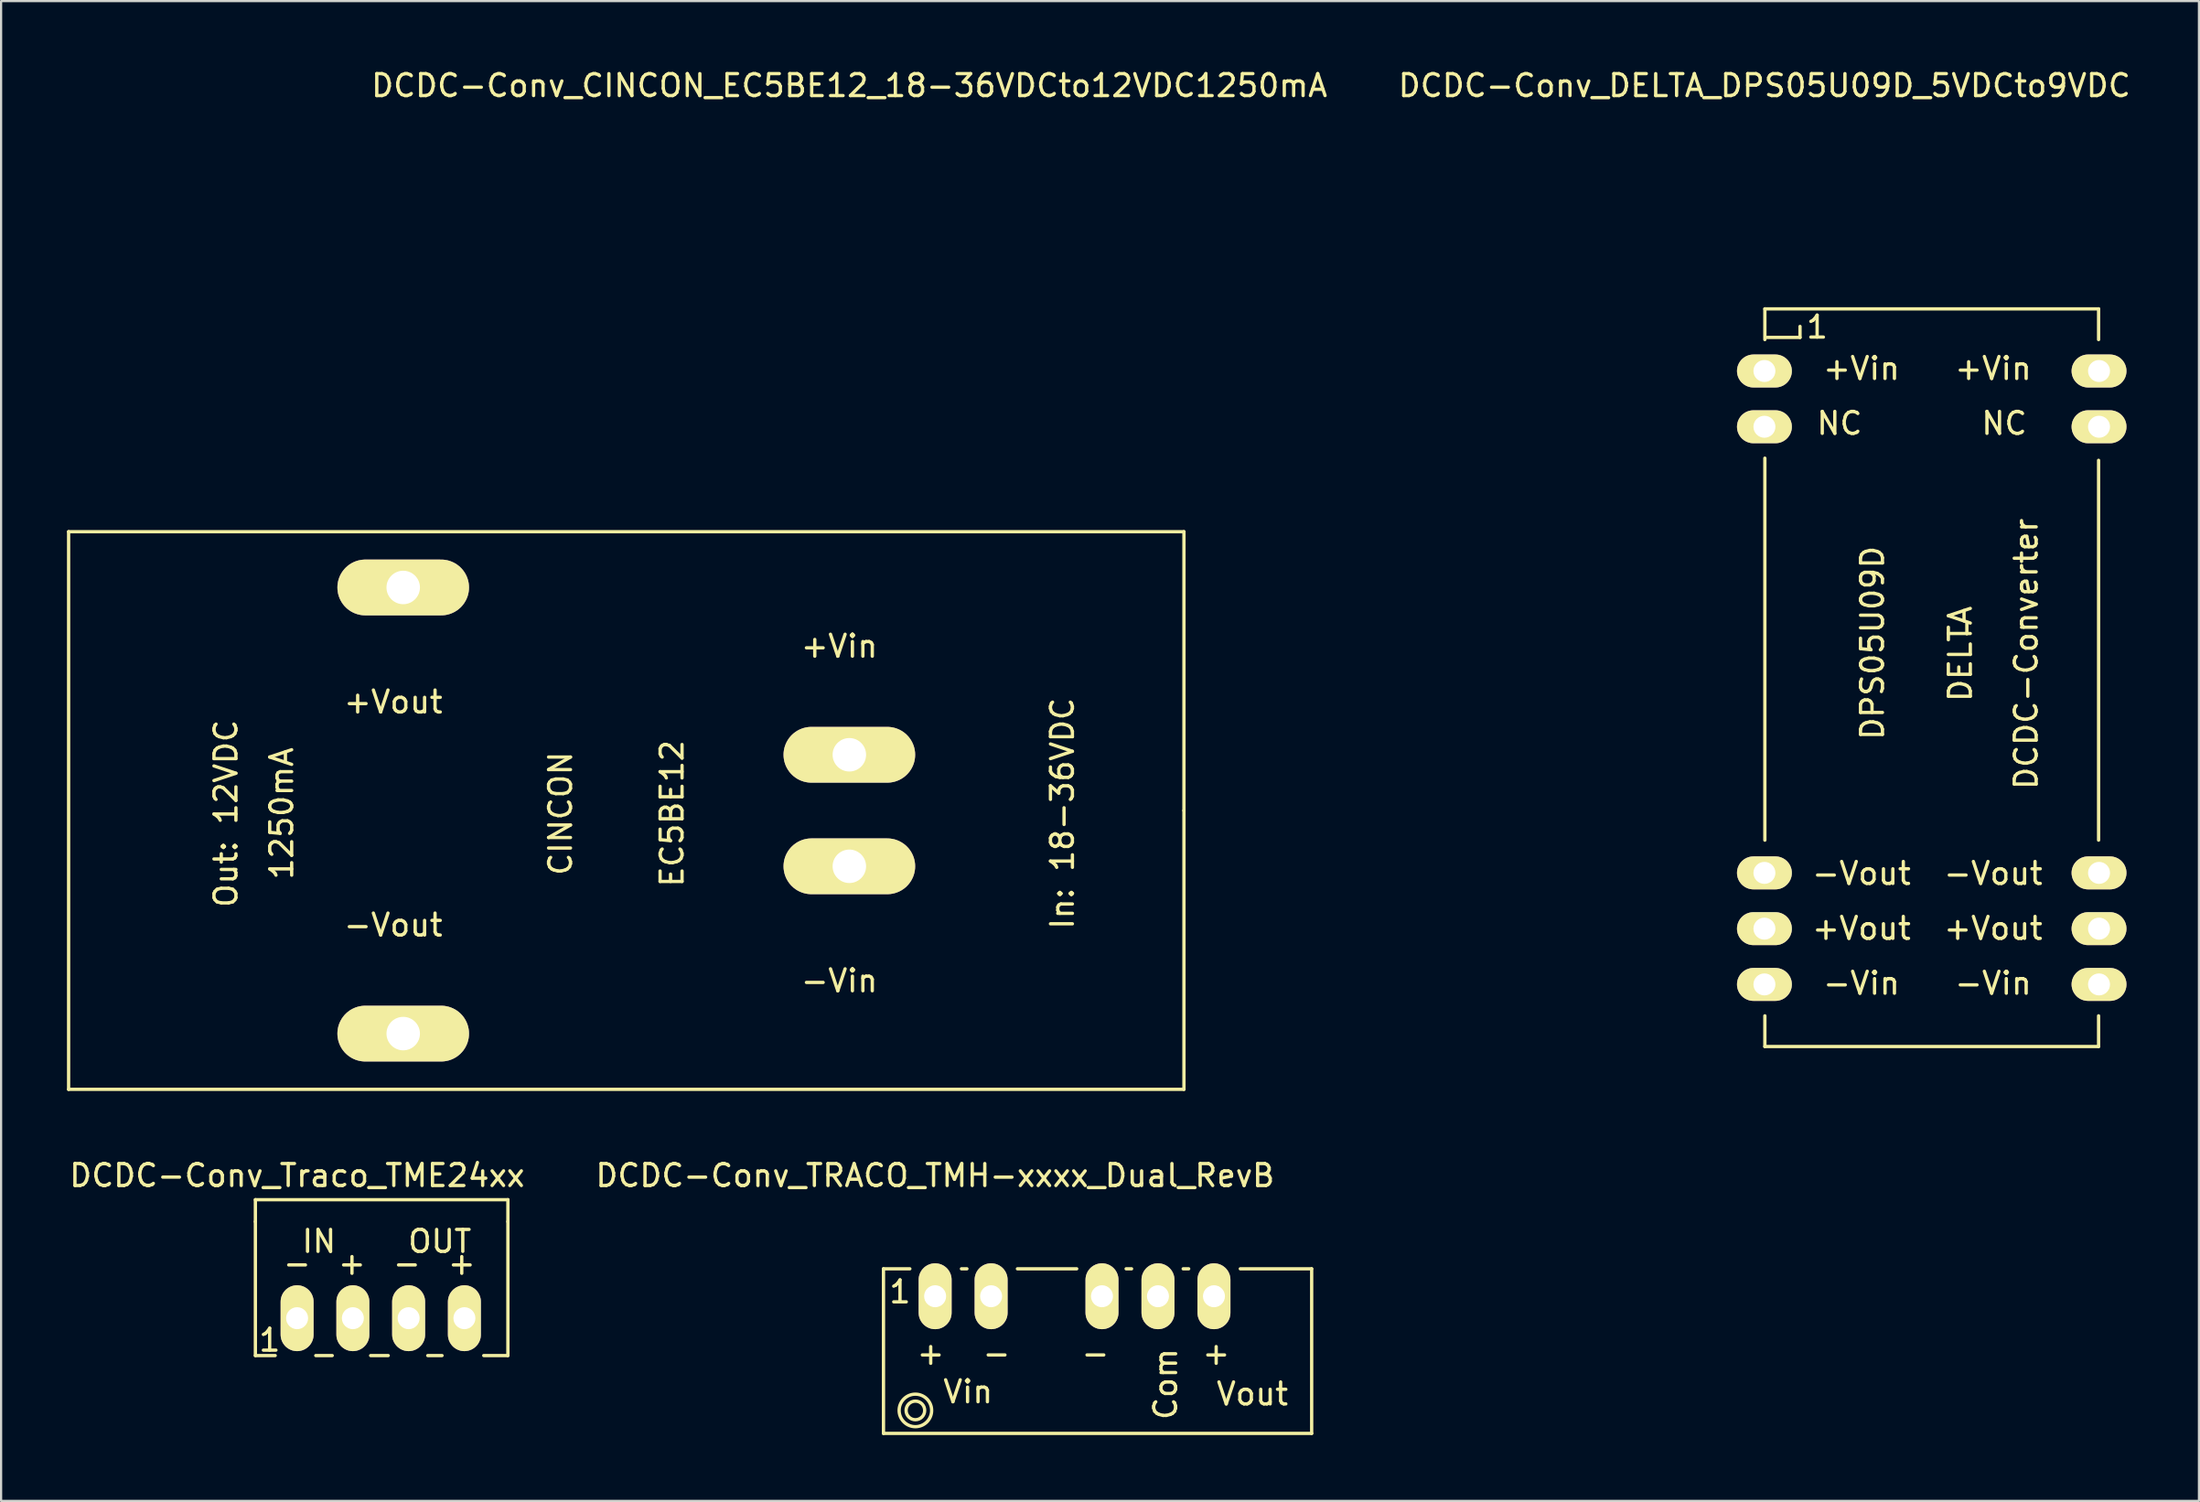
<source format=kicad_pcb>
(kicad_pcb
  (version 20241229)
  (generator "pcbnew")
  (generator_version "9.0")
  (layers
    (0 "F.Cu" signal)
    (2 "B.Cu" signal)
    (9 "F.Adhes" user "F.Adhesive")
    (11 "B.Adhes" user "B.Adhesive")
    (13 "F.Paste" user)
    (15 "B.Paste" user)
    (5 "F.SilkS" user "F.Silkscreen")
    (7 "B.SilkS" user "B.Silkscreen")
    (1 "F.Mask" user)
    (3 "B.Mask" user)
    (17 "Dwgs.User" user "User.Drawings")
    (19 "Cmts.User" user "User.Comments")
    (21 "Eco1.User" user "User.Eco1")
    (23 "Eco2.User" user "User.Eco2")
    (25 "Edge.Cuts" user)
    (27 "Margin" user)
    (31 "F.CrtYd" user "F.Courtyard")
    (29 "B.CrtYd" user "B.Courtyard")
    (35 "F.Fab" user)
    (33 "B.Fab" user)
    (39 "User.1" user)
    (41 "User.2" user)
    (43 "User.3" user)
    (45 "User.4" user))
  (footprint "DCDC-Conv_Traco_TME24xx"
    (layer "F.Cu")
    (at 10.482 56.991)
    (property "Reference" "DCDC-Conv_Traco_TME24xx" (at 0 -6.5 0) (layer "F.SilkS") (effects (font (size 1 1) (thickness 0.15))))
    (attr through_hole)
    (fp_line (start -1.9 -5.397) (end -1.9 -4.399) (stroke (width 0.15) (type solid)) (layer "F.SilkS"))
    (fp_line (start -1.9 -4.399) (end -1.9 1.702) (stroke (width 0.15) (type solid)) (layer "F.SilkS"))
    (fp_line (start -0.998 1.702) (end -1.9 1.702) (stroke (width 0.15) (type solid)) (layer "F.SilkS"))
    (fp_line (start 1.6 1.702) (end 0.851 1.702) (stroke (width 0.15) (type solid)) (layer "F.SilkS"))
    (fp_line (start 4.15 1.702) (end 3.35 1.702) (stroke (width 0.15) (type solid)) (layer "F.SilkS"))
    (fp_line (start 6.601 1.702) (end 5.951 1.702) (stroke (width 0.15) (type solid)) (layer "F.SilkS"))
    (fp_line (start 9.601 -5.397) (end -1.9 -5.397) (stroke (width 0.15) (type solid)) (layer "F.SilkS"))
    (fp_line (start 9.601 -4.399) (end 9.601 -5.397) (stroke (width 0.15) (type solid)) (layer "F.SilkS"))
    (fp_line (start 9.601 1.702) (end 8.501 1.702) (stroke (width 0.15) (type solid)) (layer "F.SilkS"))
    (fp_line (start 9.601 1.702) (end 9.601 -4.399) (stroke (width 0.15) (type solid)) (layer "F.SilkS"))
    (fp_text user "OUT" (at 6.499 -3.499 0) (layer "F.SilkS") (effects (font (size 1 1) (thickness 0.15))))
    (fp_text user "+" (at 7.5 -2.5 0) (layer "F.SilkS") (effects (font (size 1 1) (thickness 0.15))))
    (fp_text user "-" (at -0.001 -2.5 0) (layer "F.SilkS") (effects (font (size 1 1) (thickness 0.15))))
    (fp_text user "-" (at 5.001 -2.5 0) (layer "F.SilkS") (effects (font (size 1 1) (thickness 0.15))))
    (fp_text user "IN" (at 1 -3.499 0) (layer "F.SilkS") (effects (font (size 1 1) (thickness 0.15))))
    (fp_text user "+" (at 2.499 -2.5 0) (layer "F.SilkS") (effects (font (size 1 1) (thickness 0.15))))
    (fp_text user "1" (at -1.25 1 0) (layer "F.SilkS") (effects (font (size 1 1) (thickness 0.15))))
    (pad "1" thru_hole oval (at 0 0) (size 1.501 3) (drill 1.001) (layers "*.Cu" "*.Mask" "F.SilkS"))
    (pad "2" thru_hole oval (at 2.54 0) (size 1.501 3) (drill 1.001) (layers "*.Cu" "*.Mask" "F.SilkS"))
    (pad "3" thru_hole oval (at 5.08 0) (size 1.501 3) (drill 1.001) (layers "*.Cu" "*.Mask" "F.SilkS"))
    (pad "4" thru_hole oval (at 7.62 0) (size 1.501 3) (drill 1.001) (layers "*.Cu" "*.Mask" "F.SilkS")))
  (footprint "DCDC-Conv_TRACO_TMH-xxxx_Dual_RevB"
    (layer "F.Cu")
    (at 39.542 55.991)
    (property "Reference" "DCDC-Conv_TRACO_TMH-xxxx_Dual_RevB" (at 0 -5.499 0) (layer "F.SilkS") (effects (font (size 1 1) (thickness 0.15))))
    (attr through_hole)
    (fp_line (start -2.352 -1.25) (end -2.352 6.248) (stroke (width 0.15) (type solid)) (layer "F.SilkS"))
    (fp_line (start -2.352 6.248) (end 17.15 6.248) (stroke (width 0.15) (type solid)) (layer "F.SilkS"))
    (fp_line (start -1.151 -1.25) (end -2.352 -1.25) (stroke (width 0.15) (type solid)) (layer "F.SilkS"))
    (fp_line (start 1.448 -1.25) (end 1.199 -1.25) (stroke (width 0.15) (type solid)) (layer "F.SilkS"))
    (fp_line (start 6.449 -1.25) (end 3.749 -1.25) (stroke (width 0.15) (type solid)) (layer "F.SilkS"))
    (fp_line (start 8.948 -1.25) (end 8.7 -1.25) (stroke (width 0.15) (type solid)) (layer "F.SilkS"))
    (fp_line (start 11.549 -1.25) (end 11.298 -1.25) (stroke (width 0.15) (type solid)) (layer "F.SilkS"))
    (fp_line (start 17.15 -1.25) (end 13.899 -1.25) (stroke (width 0.15) (type solid)) (layer "F.SilkS"))
    (fp_line (start 17.15 6.248) (end 17.15 -1.25) (stroke (width 0.15) (type solid)) (layer "F.SilkS"))
    (fp_circle (center -0.899 5.201) (end -0.6 5.501) (stroke (width 0.15) (type solid)) (fill no) (layer "F.SilkS"))
    (fp_circle (center -0.899 5.201) (end -0.351 5.699) (stroke (width 0.15) (type solid)) (fill no) (layer "F.SilkS"))
    (fp_text user "1" (at -1.6 -0.2 0) (layer "F.SilkS") (effects (font (size 1 1) (thickness 0.15))))
    (fp_text user "+" (at -0.201 2.6 0) (layer "F.SilkS") (effects (font (size 1 1) (thickness 0.15))))
    (fp_text user "-" (at 7.3 2.6 0) (layer "F.SilkS") (effects (font (size 1 1) (thickness 0.15))))
    (fp_text user "Vout" (at 14.45 4.449 0) (layer "F.SilkS") (effects (font (size 1 1) (thickness 0.15))))
    (fp_text user "Com" (at 10.5 4 90) (layer "F.SilkS") (effects (font (size 1 1) (thickness 0.15))))
    (fp_text user "Vin" (at 1.501 4.35 0) (layer "F.SilkS") (effects (font (size 1 1) (thickness 0.15))))
    (fp_text user "+" (at 12.801 2.6 0) (layer "F.SilkS") (effects (font (size 1 1) (thickness 0.15))))
    (fp_text user "-" (at 2.799 2.6 0) (layer "F.SilkS") (effects (font (size 1 1) (thickness 0.15))))
    (pad "1" thru_hole oval (at 0 0) (size 1.501 3) (drill 1.001) (layers "*.Cu" "*.Mask" "F.SilkS"))
    (pad "2" thru_hole oval (at 2.55 0) (size 1.501 3) (drill 1.001) (layers "*.Cu" "*.Mask" "F.SilkS"))
    (pad "4" thru_hole oval (at 7.6 0) (size 1.501 3) (drill 1.001) (layers "*.Cu" "*.Mask" "F.SilkS"))
    (pad "5" thru_hole oval (at 10.15 0) (size 1.501 3) (drill 1.001) (layers "*.Cu" "*.Mask" "F.SilkS"))
    (pad "6" thru_hole oval (at 12.7 0) (size 1.501 3) (drill 1.001) (layers "*.Cu" "*.Mask" "F.SilkS")))
  (footprint "DCDC-Conv_CINCON_EC5BE12_18-36VDCto12VDC1250mA"
    (layer "F.Cu")
    (at 35.635 31.328)
    (property "Reference" "DCDC-Conv_CINCON_EC5BE12_18-36VDCto12VDC1250mA" (at 0 -30.48 0) (layer "F.SilkS") (effects (font (size 1 1) (thickness 0.15))))
    (attr through_hole)
    (fp_line (start -35.56 -10.16) (end -35.56 15.24) (stroke (width 0.15) (type solid)) (layer "F.SilkS"))
    (fp_line (start -35.56 15.24) (end 15.24 15.24) (stroke (width 0.15) (type solid)) (layer "F.SilkS"))
    (fp_line (start 15.24 -10.16) (end -35.56 -10.16) (stroke (width 0.15) (type solid)) (layer "F.SilkS"))
    (fp_line (start 15.24 2.54) (end 15.24 -10.16) (stroke (width 0.15) (type solid)) (layer "F.SilkS"))
    (fp_line (start 15.24 15.24) (end 15.24 2.54) (stroke (width 0.15) (type solid)) (layer "F.SilkS"))
    (fp_text user "+Vout" (at -20.775 -2.405 180) (layer "F.SilkS") (effects (font (size 1 1) (thickness 0.15))))
    (fp_text user "1250mA" (at -25.855 2.675 90) (layer "F.SilkS") (effects (font (size 1 1) (thickness 0.15))))
    (fp_text user "In: 18-36VDC" (at 9.705 2.675 90) (layer "F.SilkS") (effects (font (size 1 1) (thickness 0.15))))
    (fp_text user "CINCON" (at -13.155 2.675 90) (layer "F.SilkS") (effects (font (size 1 1) (thickness 0.15))))
    (fp_text user "-Vin" (at -0.455 10.295 180) (layer "F.SilkS") (effects (font (size 1 1) (thickness 0.15))))
    (fp_text user "EC5BE12" (at -8.075 2.675 90) (layer "F.SilkS") (effects (font (size 1 1) (thickness 0.15))))
    (fp_text user "Out: 12VDC" (at -28.395 2.675 90) (layer "F.SilkS") (effects (font (size 1 1) (thickness 0.15))))
    (fp_text user "-Vout" (at -20.775 7.755 180) (layer "F.SilkS") (effects (font (size 1 1) (thickness 0.15))))
    (fp_text user "+Vin" (at -0.455 -4.945 180) (layer "F.SilkS") (effects (font (size 1 1) (thickness 0.15))))
    (pad "1" thru_hole oval (at 0 0) (size 5.994 2.54) (drill 1.524) (layers "*.Cu" "*.Mask" "F.SilkS"))
    (pad "2" thru_hole oval (at 0 5.08) (size 5.994 2.54) (drill 1.524) (layers "*.Cu" "*.Mask" "F.SilkS"))
    (pad "3" thru_hole oval (at -20.32 -7.62) (size 5.994 2.54) (drill 1.524) (layers "*.Cu" "*.Mask" "F.SilkS"))
    (pad "5" thru_hole oval (at -20.32 12.7) (size 5.994 2.54) (drill 1.524) (layers "*.Cu" "*.Mask" "F.SilkS")))
  (footprint "DCDC-Conv_DELTA_DPS05U09D_5VDCto9VDC"
    (layer "F.Cu")
    (at 77.314 13.848)
    (property "Reference" "DCDC-Conv_DELTA_DPS05U09D_5VDCto9VDC" (at 0 -13 0) (layer "F.SilkS") (effects (font (size 1 1) (thickness 0.15))))
    (attr through_hole)
    (fp_line (start 0.02 -1.43) (end 0.02 -2.83) (stroke (width 0.15) (type solid)) (layer "F.SilkS"))
    (fp_line (start 0.02 21.369) (end 0.02 3.97) (stroke (width 0.15) (type solid)) (layer "F.SilkS"))
    (fp_line (start 0.02 30.77) (end 0.02 29.37) (stroke (width 0.15) (type solid)) (layer "F.SilkS"))
    (fp_line (start 0.02 30.77) (end 15.22 30.77) (stroke (width 0.15) (type solid)) (layer "F.SilkS"))
    (fp_line (start 1.621 -2.03) (end 1.621 -1.529) (stroke (width 0.15) (type solid)) (layer "F.SilkS"))
    (fp_line (start 1.621 -1.529) (end 0.119 -1.529) (stroke (width 0.15) (type solid)) (layer "F.SilkS"))
    (fp_line (start 9.221 11.47) (end 9.221 11.97) (stroke (width 0.15) (type solid)) (layer "F.SilkS"))
    (fp_line (start 15.22 -2.83) (end 0.02 -2.83) (stroke (width 0.15) (type solid)) (layer "F.SilkS"))
    (fp_line (start 15.22 -2.83) (end 15.22 -1.43) (stroke (width 0.15) (type solid)) (layer "F.SilkS"))
    (fp_line (start 15.22 4.069) (end 15.22 21.369) (stroke (width 0.15) (type solid)) (layer "F.SilkS"))
    (fp_line (start 15.22 29.37) (end 15.22 30.77) (stroke (width 0.15) (type solid)) (layer "F.SilkS"))
    (fp_text user "+Vout" (at 4.421 25.387 0) (layer "F.SilkS") (effects (font (size 1 1) (thickness 0.15))))
    (fp_text user "NC" (at 3.42 2.385 0) (layer "F.SilkS") (effects (font (size 1 1) (thickness 0.15))))
    (fp_text user "DELTA" (at 8.922 12.885 270) (layer "F.SilkS") (effects (font (size 1 1) (thickness 0.15))))
    (fp_text user "1" (at 2.4 -2 0) (layer "F.SilkS") (effects (font (size 1 1) (thickness 0.15))))
    (fp_text user "DCDC-Converter" (at 11.922 12.885 270) (layer "F.SilkS") (effects (font (size 1 1) (thickness 0.15))))
    (fp_text user "+Vin" (at 4.421 -0.115 0) (layer "F.SilkS") (effects (font (size 1 1) (thickness 0.15))))
    (fp_text user "DPS05U09D" (at 4.921 12.385 270) (layer "F.SilkS") (effects (font (size 1 1) (thickness 0.15))))
    (fp_text user "-Vout" (at 4.421 22.885 0) (layer "F.SilkS") (effects (font (size 1 1) (thickness 0.15))))
    (fp_text user "+Vout" (at 10.421 25.387 0) (layer "F.SilkS") (effects (font (size 1 1) (thickness 0.15))))
    (fp_text user "-Vout" (at 10.421 22.885 0) (layer "F.SilkS") (effects (font (size 1 1) (thickness 0.15))))
    (fp_text user "+Vin" (at 10.421 -0.115 0) (layer "F.SilkS") (effects (font (size 1 1) (thickness 0.15))))
    (fp_text user "-Vin" (at 10.421 27.886 0) (layer "F.SilkS") (effects (font (size 1 1) (thickness 0.15))))
    (fp_text user "-Vin" (at 4.421 27.886 0) (layer "F.SilkS") (effects (font (size 1 1) (thickness 0.15))))
    (fp_text user "NC" (at 10.921 2.385 0) (layer "F.SilkS") (effects (font (size 1 1) (thickness 0.15))))
    (pad "1" thru_hole oval (at 0 0) (size 2.499 1.501) (drill 1.001) (layers "*.Cu" "*.Mask" "F.SilkS"))
    (pad "2" thru_hole oval (at 0 2.54) (size 2.499 1.501) (drill 1.001) (layers "*.Cu" "*.Mask" "F.SilkS"))
    (pad "10" thru_hole oval (at 0 22.86) (size 2.499 1.501) (drill 1.001) (layers "*.Cu" "*.Mask" "F.SilkS"))
    (pad "11" thru_hole oval (at 0 25.4) (size 2.499 1.501) (drill 1.001) (layers "*.Cu" "*.Mask" "F.SilkS"))
    (pad "12" thru_hole oval (at 0 27.94) (size 2.499 1.501) (drill 1.001) (layers "*.Cu" "*.Mask" "F.SilkS"))
    (pad "13" thru_hole oval (at 15.24 27.94) (size 2.499 1.501) (drill 1.001) (layers "*.Cu" "*.Mask" "F.SilkS"))
    (pad "14" thru_hole oval (at 15.24 25.4) (size 2.499 1.501) (drill 1.001) (layers "*.Cu" "*.Mask" "F.SilkS"))
    (pad "15" thru_hole oval (at 15.24 22.86) (size 2.499 1.501) (drill 1.001) (layers "*.Cu" "*.Mask" "F.SilkS"))
    (pad "23" thru_hole oval (at 15.24 2.54) (size 2.499 1.501) (drill 1.001) (layers "*.Cu" "*.Mask" "F.SilkS"))
    (pad "24" thru_hole oval (at 15.24 0) (size 2.499 1.501) (drill 1.001) (layers "*.Cu" "*.Mask" "F.SilkS")))
  (gr_rect
    (start -3 -3)
    (end 97.105 65.314)
    (stroke (width 0.1) (type default))
    (fill no)
    (layer "Edge.Cuts")))
</source>
